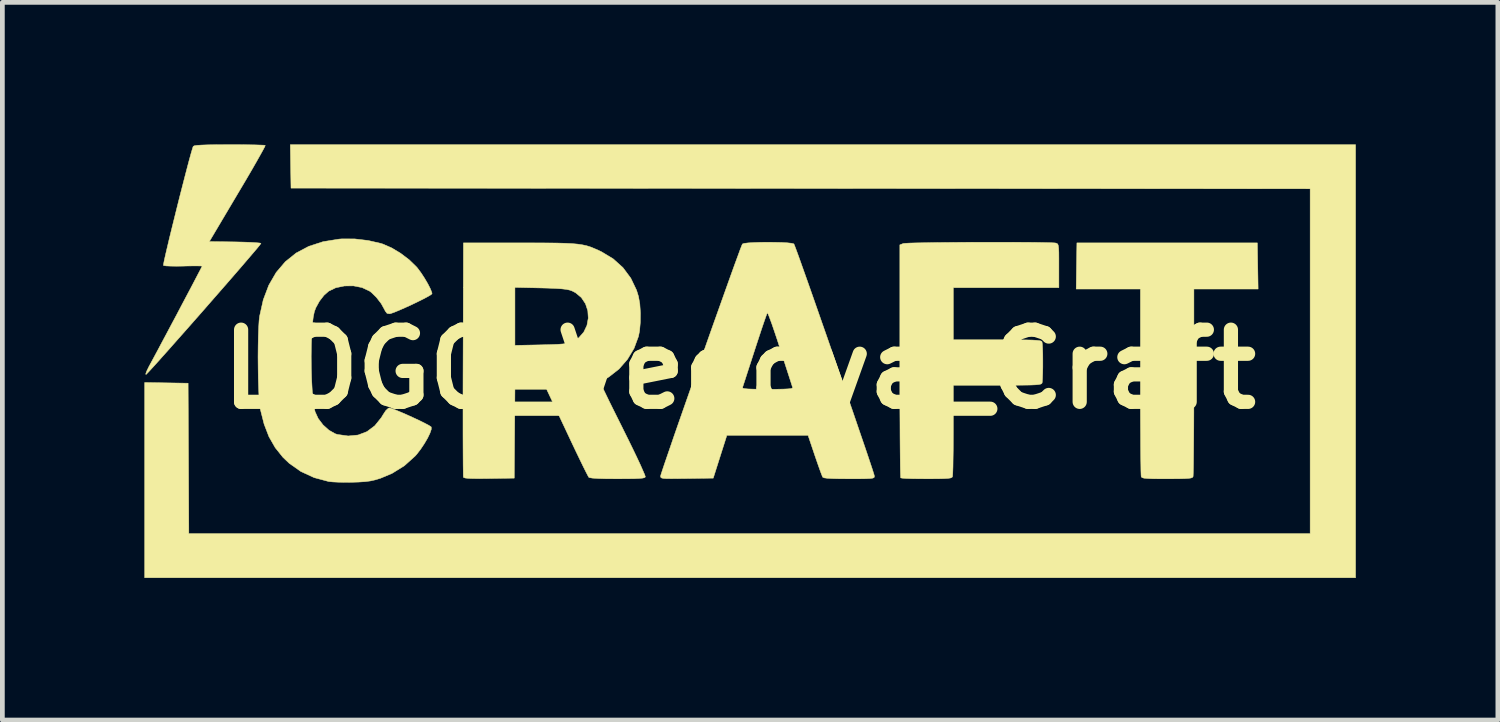
<source format=kicad_pcb>
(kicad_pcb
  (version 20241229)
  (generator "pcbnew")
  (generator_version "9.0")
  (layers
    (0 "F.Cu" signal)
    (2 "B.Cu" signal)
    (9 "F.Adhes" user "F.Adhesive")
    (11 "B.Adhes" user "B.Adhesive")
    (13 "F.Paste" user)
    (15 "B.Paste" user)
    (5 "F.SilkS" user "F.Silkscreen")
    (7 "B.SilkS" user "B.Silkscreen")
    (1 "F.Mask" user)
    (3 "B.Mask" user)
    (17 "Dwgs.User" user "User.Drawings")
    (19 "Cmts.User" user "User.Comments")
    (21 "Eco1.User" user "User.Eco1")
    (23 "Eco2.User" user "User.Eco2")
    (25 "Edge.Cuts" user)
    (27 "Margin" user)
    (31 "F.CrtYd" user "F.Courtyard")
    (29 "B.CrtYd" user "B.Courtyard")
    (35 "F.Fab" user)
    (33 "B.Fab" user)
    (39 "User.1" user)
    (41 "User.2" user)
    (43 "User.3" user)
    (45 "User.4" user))
  (footprint "LOGO_Vegova_Craft"
    (layer "F.Cu")
    (at 12.564 4.746)
    (property "Reference" "LOGO_Vegova_Craft" (at 0 0 0) (layer "F.SilkS") (effects (font (size 1.524 1.524) (thickness 0.3))))
    (attr through_hole)
    (fp_poly (pts (xy 13.01 4.403) (xy -12.559 4.403) (xy -12.559 0.281) (xy -11.642 0.296) (xy -11.634 1.884) (xy -11.627 3.471) (xy 12.051 3.471) (xy 12.051 -3.81) (xy -9.469 -3.824) (xy -9.484 -4.741) (xy 13.01 -4.741) (xy 13.01 4.403)) (stroke (width 0.01) (type solid)) (fill yes) (layer "F.SilkS"))
    (fp_poly (pts (xy 10.944 -2.18) (xy 10.952 -1.693) (xy 9.596 -1.693) (xy 9.596 0.266) (xy 9.595 0.594) (xy 9.595 0.906) (xy 9.594 1.198) (xy 9.592 1.465) (xy 9.59 1.701) (xy 9.588 1.903) (xy 9.586 2.065) (xy 9.583 2.183) (xy 9.58 2.253) (xy 9.578 2.27) (xy 9.566 2.285) (xy 9.537 2.297) (xy 9.484 2.305) (xy 9.4 2.31) (xy 9.277 2.313) (xy 9.108 2.314) (xy 9.031 2.314) (xy 8.843 2.314) (xy 8.704 2.312) (xy 8.606 2.307) (xy 8.542 2.301) (xy 8.505 2.29) (xy 8.487 2.276) (xy 8.484 2.27) (xy 8.481 2.235) (xy 8.478 2.148) (xy 8.476 2.014) (xy 8.473 1.837) (xy 8.471 1.623) (xy 8.47 1.376) (xy 8.468 1.1) (xy 8.467 0.801) (xy 8.467 0.483) (xy 8.467 0.266) (xy 8.467 -1.693) (xy 7.111 -1.693) (xy 7.118 -2.18) (xy 7.126 -2.667) (xy 10.936 -2.667) (xy 10.944 -2.18)) (stroke (width 0.01) (type solid)) (fill yes) (layer "F.SilkS"))
    (fp_poly (pts (xy 5.615 -2.681) (xy 5.858 -2.68) (xy 6.082 -2.679) (xy 6.279 -2.677) (xy 6.445 -2.674) (xy 6.572 -2.671) (xy 6.654 -2.667) (xy 6.682 -2.663) (xy 6.705 -2.655) (xy 6.722 -2.64) (xy 6.733 -2.609) (xy 6.74 -2.555) (xy 6.744 -2.468) (xy 6.745 -2.341) (xy 6.745 -2.184) (xy 6.745 -1.722) (xy 4.516 -1.722) (xy 4.516 -0.621) (xy 5.444 -0.621) (xy 5.7 -0.621) (xy 5.905 -0.62) (xy 6.065 -0.618) (xy 6.185 -0.615) (xy 6.272 -0.61) (xy 6.33 -0.604) (xy 6.365 -0.596) (xy 6.384 -0.585) (xy 6.389 -0.576) (xy 6.396 -0.53) (xy 6.401 -0.44) (xy 6.405 -0.321) (xy 6.406 -0.184) (xy 6.406 -0.043) (xy 6.403 0.089) (xy 6.399 0.198) (xy 6.394 0.272) (xy 6.389 0.294) (xy 6.379 0.306) (xy 6.356 0.316) (xy 6.314 0.324) (xy 6.248 0.33) (xy 6.152 0.334) (xy 6.02 0.336) (xy 5.847 0.338) (xy 5.627 0.339) (xy 5.444 0.339) (xy 4.516 0.339) (xy 4.516 1.282) (xy 4.515 1.509) (xy 4.514 1.718) (xy 4.511 1.904) (xy 4.509 2.059) (xy 4.505 2.177) (xy 4.501 2.249) (xy 4.498 2.27) (xy 4.486 2.285) (xy 4.457 2.297) (xy 4.404 2.305) (xy 4.32 2.31) (xy 4.197 2.313) (xy 4.027 2.314) (xy 3.953 2.314) (xy 3.786 2.313) (xy 3.638 2.311) (xy 3.519 2.307) (xy 3.439 2.301) (xy 3.406 2.295) (xy 3.405 2.295) (xy 3.403 2.265) (xy 3.4 2.182) (xy 3.397 2.051) (xy 3.395 1.876) (xy 3.393 1.661) (xy 3.391 1.41) (xy 3.39 1.127) (xy 3.388 0.816) (xy 3.387 0.481) (xy 3.387 0.127) (xy 3.387 -0.175) (xy 3.387 -2.626) (xy 3.459 -2.654) (xy 3.5 -2.658) (xy 3.59 -2.663) (xy 3.724 -2.667) (xy 3.896 -2.67) (xy 4.099 -2.674) (xy 4.327 -2.676) (xy 4.573 -2.678) (xy 4.831 -2.68) (xy 5.095 -2.681) (xy 5.358 -2.681) (xy 5.615 -2.681)) (stroke (width 0.01) (type solid)) (fill yes) (layer "F.SilkS"))
    (fp_poly (pts (xy -10.571 -4.741) (xy -10.391 -4.739) (xy -10.237 -4.737) (xy -10.118 -4.733) (xy -10.041 -4.73) (xy -10.013 -4.726) (xy -10.023 -4.699) (xy -10.06 -4.629) (xy -10.12 -4.521) (xy -10.2 -4.379) (xy -10.297 -4.21) (xy -10.409 -4.018) (xy -10.533 -3.809) (xy -10.596 -3.703) (xy -11.194 -2.695) (xy -10.649 -2.688) (xy -10.481 -2.684) (xy -10.333 -2.679) (xy -10.216 -2.672) (xy -10.136 -2.665) (xy -10.104 -2.658) (xy -10.104 -2.657) (xy -10.122 -2.631) (xy -10.173 -2.567) (xy -10.255 -2.47) (xy -10.363 -2.344) (xy -10.492 -2.193) (xy -10.641 -2.021) (xy -10.804 -1.833) (xy -10.978 -1.634) (xy -11.159 -1.427) (xy -11.343 -1.216) (xy -11.527 -1.007) (xy -11.706 -0.804) (xy -11.878 -0.61) (xy -12.037 -0.43) (xy -12.181 -0.269) (xy -12.305 -0.13) (xy -12.406 -0.019) (xy -12.48 0.061) (xy -12.523 0.105) (xy -12.533 0.113) (xy -12.535 0.091) (xy -12.512 0.032) (xy -12.471 -0.052) (xy -12.465 -0.064) (xy -12.422 -0.143) (xy -12.36 -0.258) (xy -12.282 -0.403) (xy -12.193 -0.571) (xy -12.094 -0.756) (xy -11.99 -0.952) (xy -11.883 -1.152) (xy -11.778 -1.352) (xy -11.677 -1.543) (xy -11.583 -1.72) (xy -11.501 -1.877) (xy -11.433 -2.007) (xy -11.382 -2.104) (xy -11.352 -2.162) (xy -11.345 -2.177) (xy -11.372 -2.18) (xy -11.445 -2.181) (xy -11.554 -2.181) (xy -11.689 -2.179) (xy -11.743 -2.177) (xy -11.888 -2.175) (xy -12.013 -2.177) (xy -12.106 -2.181) (xy -12.157 -2.189) (xy -12.163 -2.192) (xy -12.16 -2.222) (xy -12.145 -2.3) (xy -12.118 -2.42) (xy -12.082 -2.574) (xy -12.039 -2.756) (xy -11.989 -2.96) (xy -11.935 -3.178) (xy -11.879 -3.404) (xy -11.822 -3.632) (xy -11.765 -3.854) (xy -11.711 -4.064) (xy -11.661 -4.256) (xy -11.617 -4.422) (xy -11.58 -4.556) (xy -11.552 -4.652) (xy -11.535 -4.703) (xy -11.532 -4.707) (xy -11.509 -4.718) (xy -11.452 -4.727) (xy -11.357 -4.733) (xy -11.218 -4.738) (xy -11.033 -4.74) (xy -10.796 -4.741) (xy -10.77 -4.741) (xy -10.571 -4.741)) (stroke (width 0.01) (type solid)) (fill yes) (layer "F.SilkS"))
    (fp_poly (pts (xy -4.333 -2.667) (xy -4.073 -2.666) (xy -3.858 -2.664) (xy -3.681 -2.659) (xy -3.535 -2.652) (xy -3.415 -2.641) (xy -3.315 -2.626) (xy -3.227 -2.607) (xy -3.147 -2.582) (xy -3.068 -2.55) (xy -2.983 -2.513) (xy -2.912 -2.479) (xy -2.668 -2.332) (xy -2.46 -2.145) (xy -2.294 -1.922) (xy -2.173 -1.669) (xy -2.132 -1.537) (xy -2.104 -1.379) (xy -2.091 -1.19) (xy -2.093 -0.992) (xy -2.109 -0.809) (xy -2.132 -0.693) (xy -2.225 -0.441) (xy -2.365 -0.208) (xy -2.544 -0.003) (xy -2.754 0.161) (xy -2.79 0.183) (xy -2.867 0.232) (xy -2.92 0.271) (xy -2.935 0.289) (xy -2.922 0.319) (xy -2.888 0.393) (xy -2.833 0.506) (xy -2.762 0.653) (xy -2.676 0.827) (xy -2.578 1.024) (xy -2.471 1.238) (xy -2.454 1.273) (xy -2.346 1.49) (xy -2.248 1.691) (xy -2.161 1.872) (xy -2.089 2.026) (xy -2.035 2.149) (xy -1.999 2.233) (xy -1.987 2.273) (xy -1.987 2.275) (xy -2.002 2.289) (xy -2.041 2.299) (xy -2.109 2.306) (xy -2.214 2.311) (xy -2.361 2.313) (xy -2.557 2.314) (xy -2.576 2.314) (xy -2.805 2.313) (xy -2.98 2.308) (xy -3.102 2.3) (xy -3.169 2.289) (xy -3.181 2.283) (xy -3.199 2.251) (xy -3.239 2.174) (xy -3.297 2.058) (xy -3.37 1.908) (xy -3.455 1.732) (xy -3.549 1.534) (xy -3.641 1.338) (xy -4.072 0.423) (xy -4.741 0.423) (xy -4.748 1.362) (xy -4.755 2.3) (xy -5.285 2.308) (xy -5.481 2.31) (xy -5.627 2.309) (xy -5.728 2.305) (xy -5.791 2.298) (xy -5.823 2.287) (xy -5.829 2.28) (xy -5.831 2.247) (xy -5.832 2.161) (xy -5.834 2.028) (xy -5.835 1.85) (xy -5.836 1.633) (xy -5.837 1.379) (xy -5.837 1.094) (xy -5.837 0.782) (xy -5.837 0.446) (xy -5.836 0.091) (xy -5.835 -0.212) (xy -5.834 -0.503) (xy -4.741 -0.503) (xy -4.198 -0.514) (xy -3.997 -0.519) (xy -3.844 -0.525) (xy -3.729 -0.533) (xy -3.644 -0.545) (xy -3.58 -0.56) (xy -3.535 -0.576) (xy -3.392 -0.664) (xy -3.287 -0.784) (xy -3.22 -0.925) (xy -3.192 -1.078) (xy -3.202 -1.234) (xy -3.251 -1.382) (xy -3.338 -1.513) (xy -3.463 -1.616) (xy -3.535 -1.653) (xy -3.59 -1.672) (xy -3.659 -1.686) (xy -3.752 -1.697) (xy -3.876 -1.705) (xy -4.042 -1.712) (xy -4.198 -1.716) (xy -4.741 -1.728) (xy -4.741 -0.503) (xy -5.834 -0.503) (xy -5.828 -2.667) (xy -4.643 -2.667) (xy -4.333 -2.667)) (stroke (width 0.01) (type solid)) (fill yes) (layer "F.SilkS"))
    (fp_poly (pts (xy -8.124 -2.751) (xy -7.842 -2.718) (xy -7.576 -2.657) (xy -7.536 -2.645) (xy -7.349 -2.564) (xy -7.155 -2.448) (xy -6.972 -2.309) (xy -6.82 -2.161) (xy -6.794 -2.13) (xy -6.72 -2.03) (xy -6.646 -1.916) (xy -6.579 -1.801) (xy -6.527 -1.699) (xy -6.496 -1.621) (xy -6.491 -1.594) (xy -6.515 -1.572) (xy -6.581 -1.533) (xy -6.679 -1.481) (xy -6.798 -1.422) (xy -6.929 -1.359) (xy -7.061 -1.299) (xy -7.184 -1.245) (xy -7.288 -1.202) (xy -7.362 -1.176) (xy -7.388 -1.17) (xy -7.441 -1.179) (xy -7.48 -1.229) (xy -7.49 -1.251) (xy -7.564 -1.385) (xy -7.665 -1.516) (xy -7.773 -1.622) (xy -7.811 -1.65) (xy -7.969 -1.724) (xy -8.151 -1.76) (xy -8.342 -1.758) (xy -8.524 -1.72) (xy -8.672 -1.649) (xy -8.773 -1.56) (xy -8.869 -1.436) (xy -8.945 -1.298) (xy -8.976 -1.215) (xy -9 -1.097) (xy -9.019 -0.933) (xy -9.032 -0.734) (xy -9.04 -0.51) (xy -9.043 -0.27) (xy -9.041 -0.026) (xy -9.034 0.213) (xy -9.022 0.436) (xy -9.006 0.633) (xy -8.984 0.793) (xy -8.96 0.9) (xy -8.894 1.043) (xy -8.792 1.177) (xy -8.668 1.288) (xy -8.536 1.363) (xy -8.489 1.378) (xy -8.262 1.41) (xy -8.053 1.39) (xy -7.865 1.318) (xy -7.7 1.194) (xy -7.561 1.021) (xy -7.53 0.969) (xy -7.468 0.874) (xy -7.414 0.824) (xy -7.394 0.818) (xy -7.347 0.83) (xy -7.262 0.861) (xy -7.15 0.907) (xy -7.021 0.963) (xy -6.887 1.024) (xy -6.758 1.084) (xy -6.646 1.14) (xy -6.56 1.185) (xy -6.513 1.216) (xy -6.508 1.221) (xy -6.507 1.269) (xy -6.535 1.351) (xy -6.585 1.455) (xy -6.653 1.571) (xy -6.731 1.688) (xy -6.814 1.796) (xy -6.85 1.836) (xy -7.076 2.039) (xy -7.337 2.201) (xy -7.578 2.302) (xy -7.688 2.336) (xy -7.79 2.359) (xy -7.902 2.374) (xy -8.04 2.383) (xy -8.17 2.387) (xy -8.323 2.388) (xy -8.468 2.386) (xy -8.589 2.38) (xy -8.67 2.372) (xy -8.671 2.372) (xy -8.981 2.289) (xy -9.261 2.16) (xy -9.508 1.986) (xy -9.64 1.86) (xy -9.803 1.656) (xy -9.935 1.425) (xy -10.037 1.16) (xy -10.116 0.85) (xy -10.121 0.823) (xy -10.134 0.723) (xy -10.145 0.578) (xy -10.153 0.396) (xy -10.16 0.188) (xy -10.163 -0.035) (xy -10.165 -0.263) (xy -10.163 -0.487) (xy -10.159 -0.695) (xy -10.152 -0.878) (xy -10.143 -1.026) (xy -10.133 -1.115) (xy -10.055 -1.465) (xy -9.938 -1.774) (xy -9.783 -2.042) (xy -9.59 -2.269) (xy -9.36 -2.454) (xy -9.093 -2.595) (xy -8.791 -2.693) (xy -8.455 -2.747) (xy -8.393 -2.752) (xy -8.124 -2.751)) (stroke (width 0.01) (type solid)) (fill yes) (layer "F.SilkS"))
    (fp_poly (pts (xy 0.745 -2.679) (xy 0.888 -2.676) (xy 1.01 -2.669) (xy 1.1 -2.659) (xy 1.147 -2.647) (xy 1.15 -2.644) (xy 1.164 -2.612) (xy 1.195 -2.53) (xy 1.241 -2.405) (xy 1.3 -2.24) (xy 1.371 -2.04) (xy 1.453 -1.809) (xy 1.543 -1.553) (xy 1.64 -1.276) (xy 1.742 -0.983) (xy 1.849 -0.678) (xy 1.957 -0.366) (xy 2.066 -0.051) (xy 2.174 0.262) (xy 2.28 0.568) (xy 2.382 0.863) (xy 2.477 1.141) (xy 2.565 1.399) (xy 2.645 1.632) (xy 2.714 1.836) (xy 2.77 2.004) (xy 2.813 2.134) (xy 2.84 2.22) (xy 2.85 2.258) (xy 2.85 2.258) (xy 2.848 2.278) (xy 2.836 2.292) (xy 2.806 2.302) (xy 2.752 2.308) (xy 2.666 2.312) (xy 2.54 2.314) (xy 2.366 2.314) (xy 2.316 2.314) (xy 2.112 2.313) (xy 1.959 2.309) (xy 1.853 2.303) (xy 1.788 2.294) (xy 1.759 2.281) (xy 1.758 2.28) (xy 1.742 2.242) (xy 1.711 2.161) (xy 1.67 2.046) (xy 1.622 1.908) (xy 1.592 1.821) (xy 1.449 1.397) (xy -0.266 1.397) (xy -0.41 1.849) (xy -0.553 2.3) (xy -1.109 2.308) (xy -1.299 2.31) (xy -1.44 2.311) (xy -1.539 2.31) (xy -1.604 2.306) (xy -1.641 2.298) (xy -1.659 2.286) (xy -1.665 2.269) (xy -1.665 2.256) (xy -1.656 2.222) (xy -1.629 2.139) (xy -1.587 2.013) (xy -1.53 1.847) (xy -1.461 1.646) (xy -1.382 1.415) (xy -1.293 1.159) (xy -1.196 0.882) (xy -1.093 0.588) (xy -1.023 0.388) (xy 0.064 0.388) (xy 0.071 0.401) (xy 0.108 0.41) (xy 0.18 0.417) (xy 0.292 0.421) (xy 0.452 0.423) (xy 0.593 0.423) (xy 0.788 0.423) (xy 0.933 0.42) (xy 1.033 0.415) (xy 1.093 0.408) (xy 1.121 0.397) (xy 1.123 0.388) (xy 1.112 0.353) (xy 1.086 0.271) (xy 1.047 0.15) (xy 0.997 -0.004) (xy 0.939 -0.183) (xy 0.876 -0.381) (xy 0.86 -0.43) (xy 0.796 -0.628) (xy 0.736 -0.806) (xy 0.684 -0.958) (xy 0.64 -1.077) (xy 0.609 -1.157) (xy 0.591 -1.191) (xy 0.589 -1.192) (xy 0.576 -1.161) (xy 0.548 -1.083) (xy 0.507 -0.965) (xy 0.456 -0.814) (xy 0.398 -0.638) (xy 0.334 -0.443) (xy 0.323 -0.409) (xy 0.259 -0.211) (xy 0.2 -0.029) (xy 0.149 0.128) (xy 0.108 0.255) (xy 0.079 0.343) (xy 0.065 0.386) (xy 0.064 0.388) (xy -1.023 0.388) (xy -0.986 0.283) (xy -0.876 -0.029) (xy -0.765 -0.343) (xy -0.655 -0.656) (xy -0.547 -0.961) (xy -0.442 -1.255) (xy -0.343 -1.533) (xy -0.251 -1.791) (xy -0.168 -2.023) (xy -0.095 -2.225) (xy -0.033 -2.393) (xy 0.014 -2.522) (xy 0.047 -2.607) (xy 0.063 -2.644) (xy 0.063 -2.644) (xy 0.1 -2.657) (xy 0.183 -2.667) (xy 0.3 -2.674) (xy 0.44 -2.679) (xy 0.592 -2.681) (xy 0.745 -2.679)) (stroke (width 0.01) (type solid)) (fill yes) (layer "F.SilkS")))
  (gr_rect
    (start -3 -3)
    (end 28.579 12.154)
    (stroke (width 0.1) (type default))
    (fill no)
    (layer "Edge.Cuts")))
</source>
